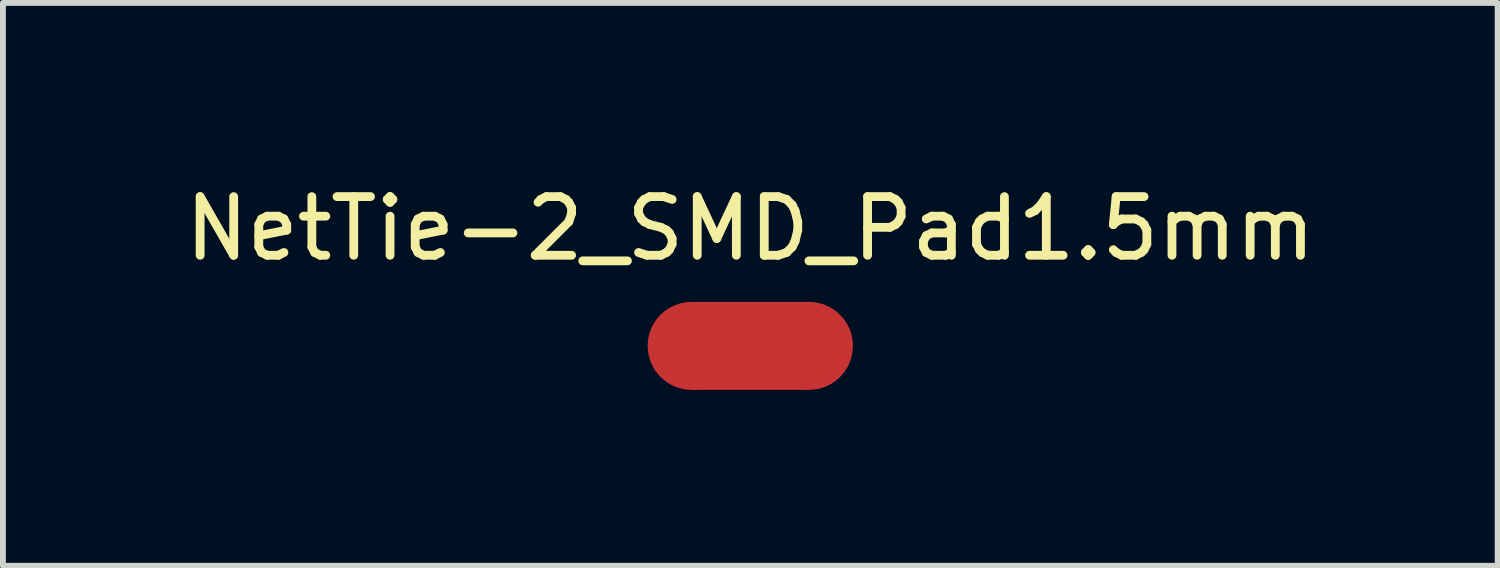
<source format=kicad_pcb>
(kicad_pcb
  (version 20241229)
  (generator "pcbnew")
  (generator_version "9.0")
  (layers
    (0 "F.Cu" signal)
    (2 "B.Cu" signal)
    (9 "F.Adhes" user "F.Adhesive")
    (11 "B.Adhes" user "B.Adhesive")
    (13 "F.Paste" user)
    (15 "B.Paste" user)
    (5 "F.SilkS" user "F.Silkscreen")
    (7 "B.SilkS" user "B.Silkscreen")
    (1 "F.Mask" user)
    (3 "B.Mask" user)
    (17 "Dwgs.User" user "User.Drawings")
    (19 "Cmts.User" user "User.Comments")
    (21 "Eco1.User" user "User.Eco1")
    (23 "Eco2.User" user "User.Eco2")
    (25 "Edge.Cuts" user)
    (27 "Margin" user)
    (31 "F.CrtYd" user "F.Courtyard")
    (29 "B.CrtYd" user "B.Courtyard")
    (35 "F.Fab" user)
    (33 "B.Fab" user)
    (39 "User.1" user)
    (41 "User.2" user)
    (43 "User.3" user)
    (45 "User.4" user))
  (footprint "NetTie-2_SMD_Pad1.5mm"
    (layer "F.Cu")
    (at 9.744 2.848)
    (property "Reference" "NetTie-2_SMD_Pad1.5mm" (at 0 -2 0) (layer "F.SilkS") (effects (font (size 1 1) (thickness 0.15))))
    (attr exclude_from_pos_files exclude_from_bom allow_missing_courtyard)
    (fp_poly (pts (xy -1 -0.75) (xy 1 -0.75) (xy 1 0.75) (xy -1 0.75)) (stroke (width 0) (type solid)) (fill yes) (layer "F.Cu"))
    (pad "1" smd circle (at -1 0) (size 1.5 1.5) (layers "F.Cu"))
    (pad "2" smd circle (at 1 0) (size 1.5 1.5) (layers "F.Cu")))
  (gr_rect
    (start -3 -3)
    (end 22.488 6.598)
    (stroke (width 0.1) (type default))
    (fill no)
    (layer "Edge.Cuts")))
</source>
